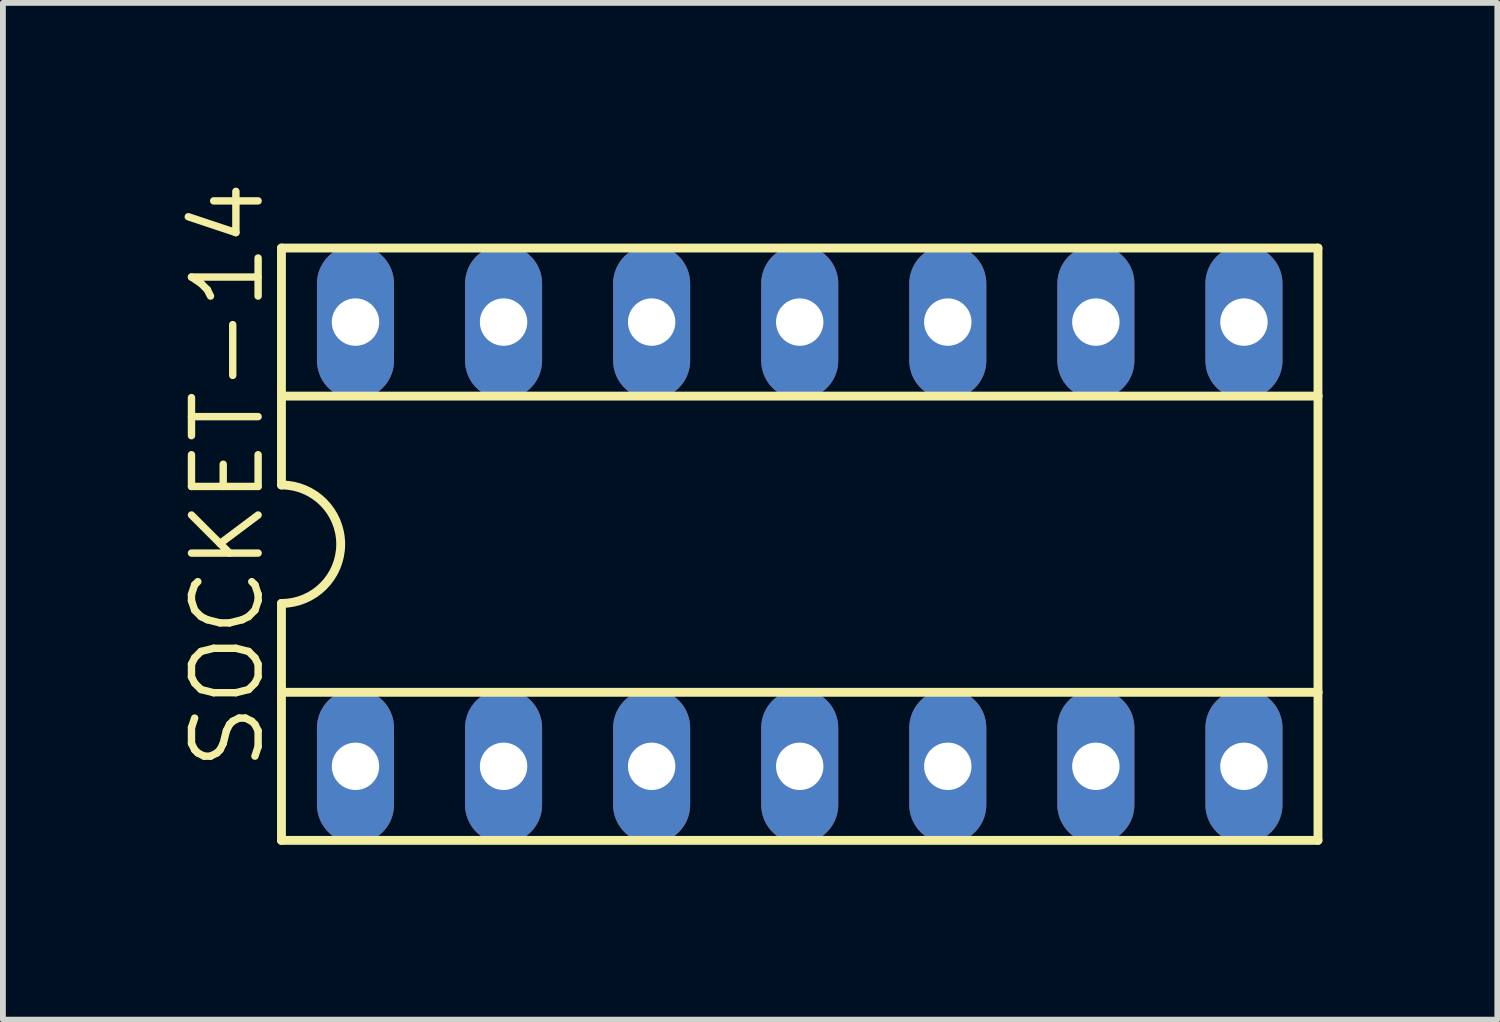
<source format=kicad_pcb>
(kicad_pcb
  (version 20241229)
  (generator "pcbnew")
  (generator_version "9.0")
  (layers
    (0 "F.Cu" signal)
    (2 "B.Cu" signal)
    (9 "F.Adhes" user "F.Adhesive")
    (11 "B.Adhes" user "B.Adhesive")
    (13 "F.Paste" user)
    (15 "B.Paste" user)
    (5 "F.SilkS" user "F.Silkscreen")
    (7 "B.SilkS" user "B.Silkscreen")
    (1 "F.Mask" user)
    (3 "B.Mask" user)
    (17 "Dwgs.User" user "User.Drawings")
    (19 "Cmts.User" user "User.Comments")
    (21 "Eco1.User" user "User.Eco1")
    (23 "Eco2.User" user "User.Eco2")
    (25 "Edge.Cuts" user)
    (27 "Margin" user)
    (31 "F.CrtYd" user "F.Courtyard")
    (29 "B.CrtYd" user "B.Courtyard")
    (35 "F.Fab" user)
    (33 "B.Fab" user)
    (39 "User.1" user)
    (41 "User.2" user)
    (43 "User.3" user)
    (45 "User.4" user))
  (footprint "SOCKET-14"
    (layer "F.Cu")
    (at 10.668 6.285)
    (property "Reference" "SOCKET-14" (at -9.144 3.937 90) (layer "F.SilkS") (effects (font (size 1.143 1.143) (thickness 0.127)) (justify left bottom)))
    (fp_line (start -8.89 -5.08) (end -8.89 -2.54) (stroke (width 0.152) (type solid)) (layer "F.SilkS"))
    (fp_line (start -8.89 -2.54) (end -8.89 -1.016) (stroke (width 0.152) (type solid)) (layer "F.SilkS"))
    (fp_line (start -8.89 -2.54) (end 8.89 -2.54) (stroke (width 0.152) (type solid)) (layer "F.SilkS"))
    (fp_line (start -8.89 2.54) (end -8.89 1.016) (stroke (width 0.152) (type solid)) (layer "F.SilkS"))
    (fp_line (start -8.89 2.54) (end 8.89 2.54) (stroke (width 0.152) (type solid)) (layer "F.SilkS"))
    (fp_line (start -8.89 5.08) (end -8.89 2.54) (stroke (width 0.152) (type solid)) (layer "F.SilkS"))
    (fp_line (start -8.89 5.08) (end 8.89 5.08) (stroke (width 0.152) (type solid)) (layer "F.SilkS"))
    (fp_line (start 8.89 -5.08) (end -8.89 -5.08) (stroke (width 0.152) (type solid)) (layer "F.SilkS"))
    (fp_line (start 8.89 -5.08) (end 8.89 -2.54) (stroke (width 0.152) (type solid)) (layer "F.SilkS"))
    (fp_line (start 8.89 -2.54) (end 8.89 2.54) (stroke (width 0.152) (type solid)) (layer "F.SilkS"))
    (fp_line (start 8.89 2.54) (end 8.89 5.08) (stroke (width 0.152) (type solid)) (layer "F.SilkS"))
    (fp_arc (start -8.89 -1.016) (mid -7.874 0) (end -8.89 1.016) (stroke (width 0.1524) (type solid)) (layer "F.SilkS"))
    (pad "1" thru_hole oval (at -7.62 3.81 90) (size 2.642 1.321) (drill 0.813) (layers "*.Cu" "*.Mask"))
    (pad "2" thru_hole oval (at -5.08 3.81 90) (size 2.642 1.321) (drill 0.813) (layers "*.Cu" "*.Mask"))
    (pad "3" thru_hole oval (at -2.54 3.81 90) (size 2.642 1.321) (drill 0.813) (layers "*.Cu" "*.Mask"))
    (pad "4" thru_hole oval (at 0 3.81 90) (size 2.642 1.321) (drill 0.813) (layers "*.Cu" "*.Mask"))
    (pad "5" thru_hole oval (at 2.54 3.81 90) (size 2.642 1.321) (drill 0.813) (layers "*.Cu" "*.Mask"))
    (pad "6" thru_hole oval (at 5.08 3.81 90) (size 2.642 1.321) (drill 0.813) (layers "*.Cu" "*.Mask"))
    (pad "7" thru_hole oval (at 7.62 3.81 90) (size 2.642 1.321) (drill 0.813) (layers "*.Cu" "*.Mask"))
    (pad "8" thru_hole oval (at 7.62 -3.81 90) (size 2.642 1.321) (drill 0.813) (layers "*.Cu" "*.Mask"))
    (pad "9" thru_hole oval (at 5.08 -3.81 90) (size 2.642 1.321) (drill 0.813) (layers "*.Cu" "*.Mask"))
    (pad "10" thru_hole oval (at 2.54 -3.81 90) (size 2.642 1.321) (drill 0.813) (layers "*.Cu" "*.Mask"))
    (pad "11" thru_hole oval (at 0 -3.81 90) (size 2.642 1.321) (drill 0.813) (layers "*.Cu" "*.Mask"))
    (pad "12" thru_hole oval (at -2.54 -3.81 90) (size 2.642 1.321) (drill 0.813) (layers "*.Cu" "*.Mask"))
    (pad "13" thru_hole oval (at -5.08 -3.81 90) (size 2.642 1.321) (drill 0.813) (layers "*.Cu" "*.Mask"))
    (pad "14" thru_hole oval (at -7.62 -3.81 90) (size 2.642 1.321) (drill 0.813) (layers "*.Cu" "*.Mask")))
  (gr_rect
    (start -3 -3)
    (end 22.634 14.441)
    (stroke (width 0.1) (type default))
    (fill no)
    (layer "Edge.Cuts")))
</source>
